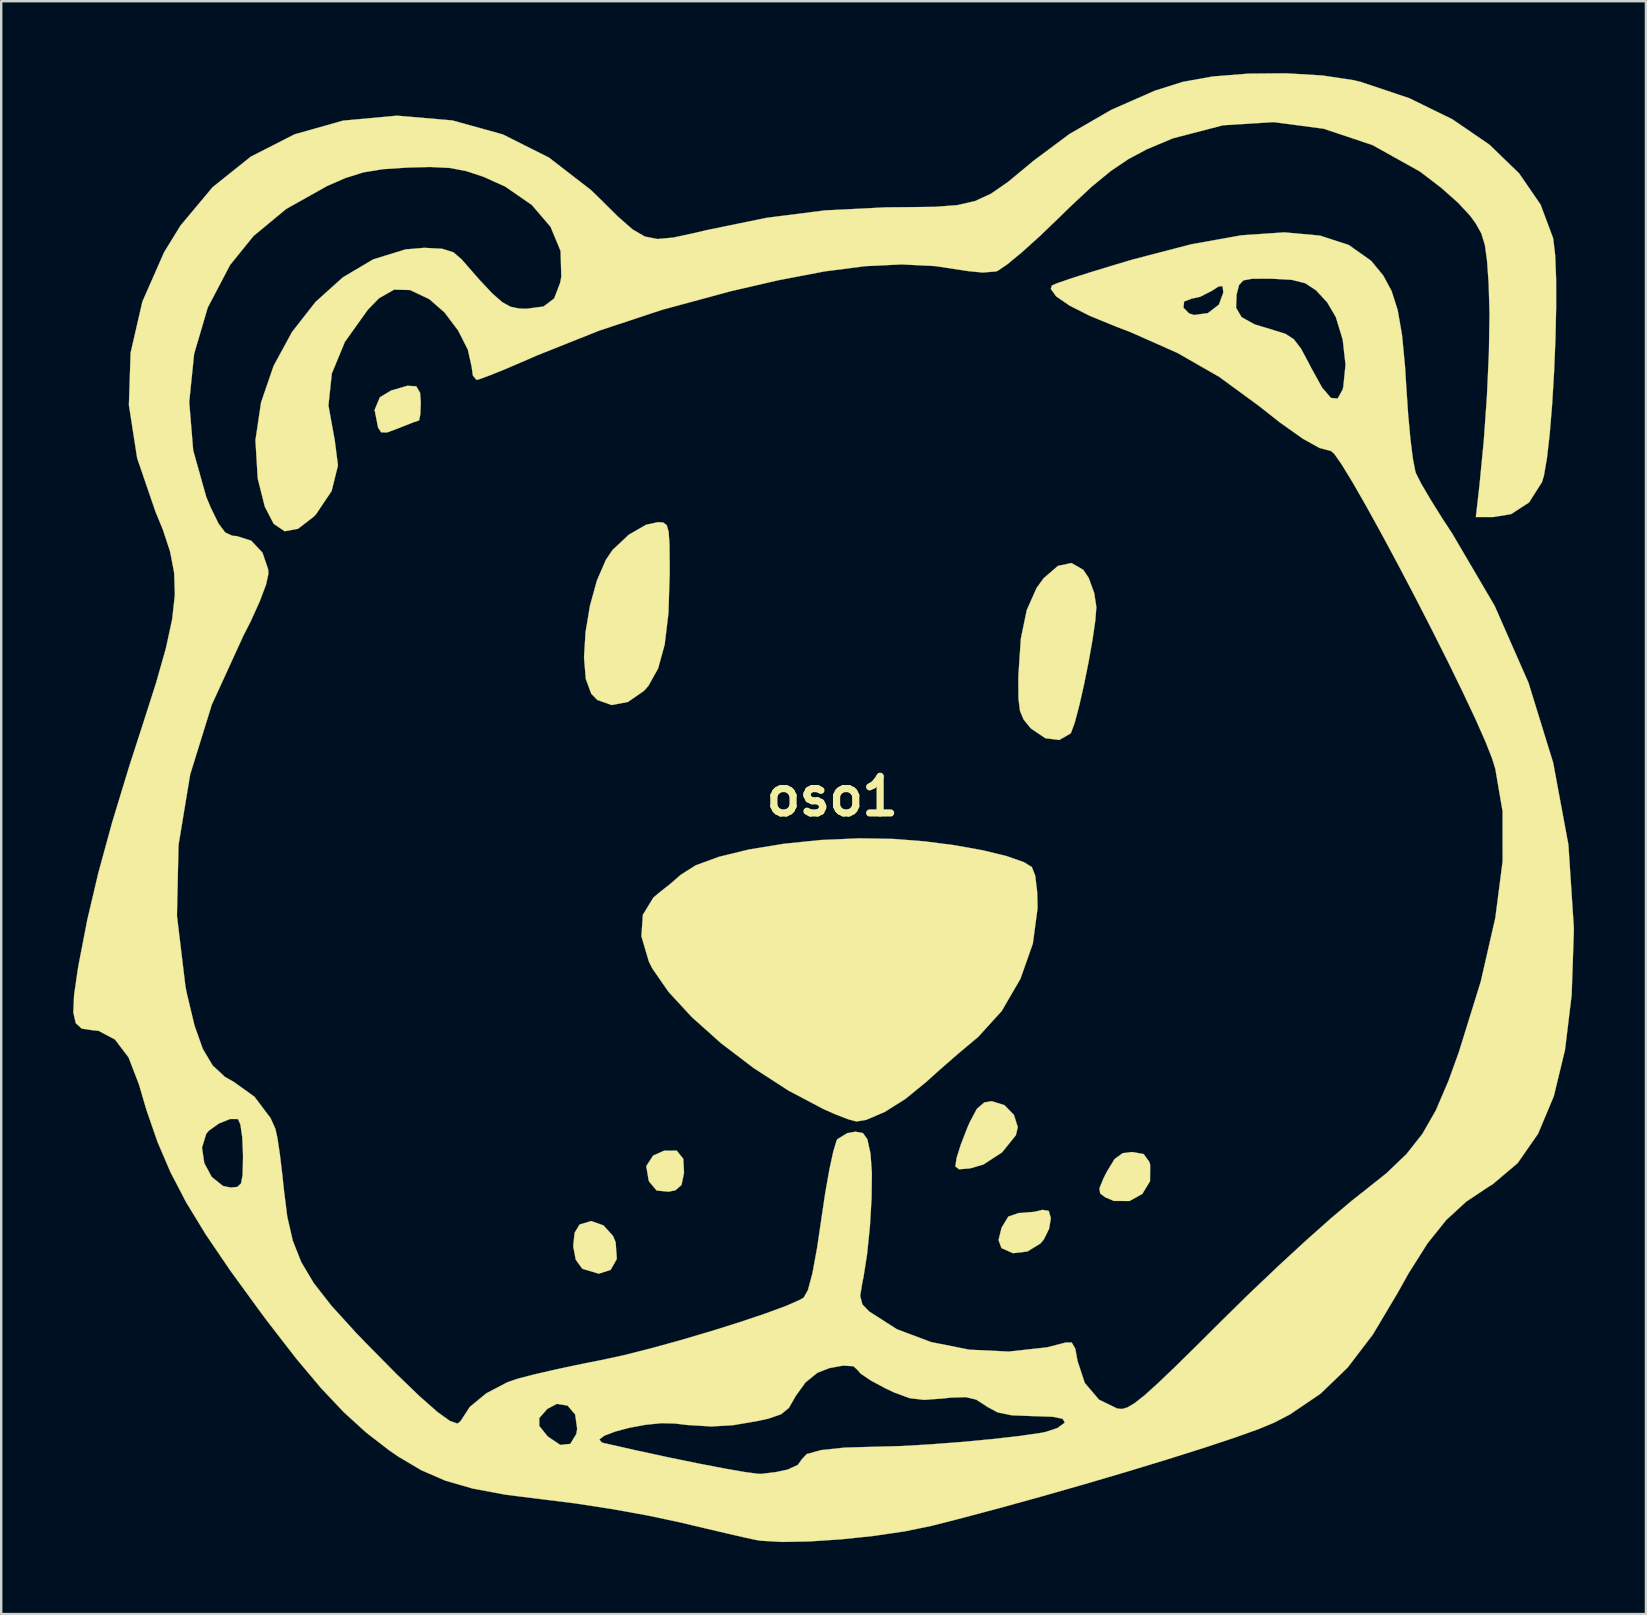
<source format=kicad_pcb>
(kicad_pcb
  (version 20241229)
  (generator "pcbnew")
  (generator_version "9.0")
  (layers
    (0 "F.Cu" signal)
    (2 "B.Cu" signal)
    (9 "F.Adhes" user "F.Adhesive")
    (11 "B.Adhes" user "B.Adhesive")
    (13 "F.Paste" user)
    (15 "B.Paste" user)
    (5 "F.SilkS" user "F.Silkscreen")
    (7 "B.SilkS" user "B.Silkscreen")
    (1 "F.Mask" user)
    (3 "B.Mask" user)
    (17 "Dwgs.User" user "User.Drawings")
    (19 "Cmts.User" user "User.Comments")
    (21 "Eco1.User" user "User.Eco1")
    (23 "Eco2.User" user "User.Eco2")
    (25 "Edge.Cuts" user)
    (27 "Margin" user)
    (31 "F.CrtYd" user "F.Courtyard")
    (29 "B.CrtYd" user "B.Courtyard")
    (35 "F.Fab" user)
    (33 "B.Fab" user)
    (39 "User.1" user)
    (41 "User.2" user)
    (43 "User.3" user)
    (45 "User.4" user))
  (footprint "oso1"
    (layer "F.Cu")
    (at 31.629 30.137)
    (property "Reference" "oso1" (at 0 0 0) (layer "F.SilkS") (effects (font (size 1.524 1.524) (thickness 0.3))))
    (attr through_hole)
    (fp_poly (pts (xy -6.478 14.761) (xy -6.206 15.103) (xy -6.176 15.686) (xy -6.28 16.191) (xy -6.538 16.414) (xy -6.824 16.471) (xy -7.316 16.422) (xy -7.622 16.059) (xy -7.649 16.001) (xy -7.75 15.407) (xy -7.463 14.967) (xy -7.001 14.76) (xy -6.478 14.761)) (stroke (width 0.01) (type solid)) (fill yes) (layer "F.SilkS"))
    (fp_poly (pts (xy -9.534 17.875) (xy -9.133 18.316) (xy -9.025 18.578) (xy -8.975 19.273) (xy -9.234 19.729) (xy -9.728 19.888) (xy -10.382 19.692) (xy -10.425 19.668) (xy -10.687 19.306) (xy -10.794 18.745) (xy -10.735 18.183) (xy -10.53 17.84) (xy -10.045 17.694) (xy -9.534 17.875)) (stroke (width 0.01) (type solid)) (fill yes) (layer "F.SilkS"))
    (fp_poly (pts (xy 9.021 17.27) (xy 9.109 17.572) (xy 9.039 18.011) (xy 8.817 18.461) (xy 8.678 18.627) (xy 8.132 18.963) (xy 7.532 19.034) (xy 7.052 18.821) (xy 6.93 18.487) (xy 7.056 17.974) (xy 7.336 17.51) (xy 7.771 17.359) (xy 7.861 17.357) (xy 8.422 17.31) (xy 8.767 17.228) (xy 9.021 17.27)) (stroke (width 0.01) (type solid)) (fill yes) (layer "F.SilkS"))
    (fp_poly (pts (xy 12.978 14.903) (xy 13.215 15.231) (xy 13.248 15.347) (xy 13.243 16.033) (xy 12.923 16.561) (xy 12.388 16.859) (xy 11.738 16.856) (xy 11.378 16.705) (xy 11.164 16.543) (xy 11.136 16.324) (xy 11.302 15.919) (xy 11.435 15.653) (xy 11.767 15.109) (xy 12.105 14.865) (xy 12.489 14.817) (xy 12.978 14.903)) (stroke (width 0.01) (type solid)) (fill yes) (layer "F.SilkS"))
    (fp_poly (pts (xy -17.333 -17.09) (xy -17.173 -16.816) (xy -17.145 -16.404) (xy -17.165 -15.914) (xy -17.215 -15.67) (xy -17.225 -15.663) (xy -17.453 -15.59) (xy -17.917 -15.407) (xy -18.051 -15.352) (xy -18.548 -15.167) (xy -18.795 -15.172) (xy -18.923 -15.367) (xy -18.924 -15.369) (xy -19.069 -16.108) (xy -18.85 -16.632) (xy -18.383 -16.913) (xy -17.709 -17.111) (xy -17.333 -17.09)) (stroke (width 0.01) (type solid)) (fill yes) (layer "F.SilkS"))
    (fp_poly (pts (xy 7.18 12.867) (xy 7.573 13.273) (xy 7.732 13.78) (xy 7.654 14.115) (xy 7.078 14.831) (xy 6.301 15.337) (xy 5.754 15.498) (xy 5.285 15.537) (xy 5.13 15.418) (xy 5.184 15.059) (xy 5.187 15.047) (xy 5.358 14.509) (xy 5.623 13.824) (xy 5.719 13.6) (xy 6.026 13.019) (xy 6.336 12.752) (xy 6.651 12.7) (xy 7.18 12.867)) (stroke (width 0.01) (type solid)) (fill yes) (layer "F.SilkS"))
    (fp_poly (pts (xy -7.036 -11.411) (xy -6.896 -11.303) (xy -6.817 -11.029) (xy -6.782 -10.51) (xy -6.774 -9.67) (xy -6.773 -9.324) (xy -6.824 -7.642) (xy -6.982 -6.326) (xy -7.257 -5.33) (xy -7.661 -4.607) (xy -7.842 -4.402) (xy -8.511 -3.938) (xy -9.192 -3.808) (xy -9.787 -4.018) (xy -10.042 -4.28) (xy -10.269 -4.898) (xy -10.343 -5.79) (xy -10.279 -6.844) (xy -10.095 -7.949) (xy -9.808 -8.99) (xy -9.433 -9.857) (xy -9.152 -10.272) (xy -8.474 -10.908) (xy -7.761 -11.318) (xy -7.255 -11.43) (xy -7.036 -11.411)) (stroke (width 0.01) (type solid)) (fill yes) (layer "F.SilkS"))
    (fp_poly (pts (xy 10.459 -9.444) (xy 10.684 -9.112) (xy 10.917 -8.476) (xy 11.007 -7.895) (xy 10.964 -7.34) (xy 10.849 -6.545) (xy 10.685 -5.617) (xy 10.492 -4.66) (xy 10.292 -3.779) (xy 10.107 -3.08) (xy 9.957 -2.668) (xy 9.928 -2.621) (xy 9.464 -2.353) (xy 8.883 -2.425) (xy 8.295 -2.819) (xy 8.239 -2.877) (xy 7.975 -3.205) (xy 7.824 -3.566) (xy 7.76 -4.083) (xy 7.755 -4.878) (xy 7.759 -5.055) (xy 7.86 -6.579) (xy 8.107 -7.768) (xy 8.516 -8.687) (xy 8.809 -9.092) (xy 9.407 -9.607) (xy 9.971 -9.725) (xy 10.459 -9.444)) (stroke (width 0.01) (type solid)) (fill yes) (layer "F.SilkS"))
    (fp_poly (pts (xy 2.54 1.771) (xy 3.826 1.87) (xy 5.098 2.034) (xy 6.272 2.245) (xy 7.264 2.486) (xy 7.986 2.739) (xy 8.318 2.943) (xy 8.459 3.303) (xy 8.541 3.984) (xy 8.557 4.659) (xy 8.36 6.132) (xy 7.841 7.603) (xy 7.062 8.942) (xy 6.083 10.02) (xy 5.98 10.106) (xy 5.274 10.697) (xy 4.467 11.4) (xy 3.912 11.901) (xy 3.05 12.604) (xy 2.184 13.149) (xy 1.42 13.476) (xy 1.012 13.545) (xy 0.682 13.459) (xy 0.114 13.24) (xy -0.373 13.024) (xy -1.832 12.252) (xy -3.277 11.317) (xy -4.638 10.28) (xy -5.844 9.202) (xy -6.822 8.143) (xy -7.501 7.163) (xy -7.641 6.881) (xy -7.952 5.826) (xy -7.89 4.931) (xy -7.456 4.22) (xy -7.242 4.035) (xy -6.725 3.627) (xy -6.314 3.267) (xy -5.689 2.871) (xy -4.717 2.515) (xy -3.472 2.212) (xy -2.029 1.975) (xy -0.463 1.815) (xy 1.15 1.746) (xy 2.54 1.771)) (stroke (width 0.01) (type solid)) (fill yes) (layer "F.SilkS"))
    (fp_poly (pts (xy 20.43 -30.041) (xy 21.729 -29.845) (xy 22.013 -29.776) (xy 24.04 -29.098) (xy 25.843 -28.216) (xy 27.383 -27.161) (xy 28.62 -25.966) (xy 29.516 -24.663) (xy 30.032 -23.282) (xy 30.049 -23.204) (xy 30.126 -22.544) (xy 30.164 -21.578) (xy 30.166 -20.39) (xy 30.137 -19.066) (xy 30.08 -17.689) (xy 29.999 -16.346) (xy 29.899 -15.121) (xy 29.783 -14.099) (xy 29.656 -13.365) (xy 29.576 -13.098) (xy 29.036 -12.249) (xy 28.286 -11.763) (xy 27.545 -11.642) (xy 26.821 -11.642) (xy 26.971 -12.965) (xy 27.149 -14.799) (xy 27.282 -16.678) (xy 27.364 -18.484) (xy 27.389 -20.1) (xy 27.355 -21.352) (xy 27.287 -22.317) (xy 27.196 -22.98) (xy 27.048 -23.461) (xy 26.812 -23.883) (xy 26.584 -24.195) (xy 26.084 -24.735) (xy 25.366 -25.371) (xy 24.573 -25.978) (xy 24.456 -26.059) (xy 22.515 -27.142) (xy 20.48 -27.823) (xy 18.39 -28.099) (xy 16.283 -27.967) (xy 14.197 -27.424) (xy 13.107 -26.966) (xy 12.34 -26.556) (xy 11.605 -26.06) (xy 10.811 -25.408) (xy 9.869 -24.528) (xy 9.45 -24.117) (xy 8.643 -23.341) (xy 7.903 -22.675) (xy 7.299 -22.176) (xy 6.9 -21.905) (xy 6.828 -21.876) (xy 6.271 -21.831) (xy 5.659 -21.891) (xy 4.298 -22.098) (xy 2.895 -22.169) (xy 1.379 -22.097) (xy -0.322 -21.877) (xy -2.278 -21.503) (xy -4.233 -21.051) (xy -7.085 -20.279) (xy -9.71 -19.41) (xy -12.302 -18.377) (xy -12.73 -18.19) (xy -13.56 -17.833) (xy -14.25 -17.553) (xy -14.706 -17.386) (xy -14.826 -17.357) (xy -14.975 -17.539) (xy -15.028 -17.92) (xy -15.184 -18.619) (xy -15.59 -19.416) (xy -16.151 -20.163) (xy -16.773 -20.709) (xy -16.798 -20.725) (xy -17.592 -21.102) (xy -18.256 -21.119) (xy -18.885 -20.76) (xy -19.35 -20.283) (xy -20.307 -18.943) (xy -20.852 -17.623) (xy -20.994 -16.29) (xy -20.743 -14.91) (xy -20.736 -14.888) (xy -20.596 -13.792) (xy -20.86 -12.727) (xy -21.511 -11.757) (xy -21.611 -11.653) (xy -22.263 -11.151) (xy -22.816 -11.051) (xy -23.274 -11.358) (xy -23.644 -12.074) (xy -23.928 -13.202) (xy -23.941 -13.273) (xy -24.035 -14.843) (xy -23.801 -16.417) (xy -23.278 -17.94) (xy -22.509 -19.354) (xy -21.533 -20.603) (xy -20.392 -21.63) (xy -19.126 -22.38) (xy -17.778 -22.795) (xy -16.998 -22.86) (xy -16.257 -22.821) (xy -15.786 -22.674) (xy -15.448 -22.384) (xy -14.702 -21.531) (xy -14.158 -20.952) (xy -13.747 -20.594) (xy -13.402 -20.404) (xy -13.052 -20.331) (xy -12.747 -20.32) (xy -12.029 -20.415) (xy -11.587 -20.749) (xy -11.337 -21.401) (xy -11.29 -21.654) (xy -11.319 -22.728) (xy -11.739 -23.739) (xy -12.518 -24.647) (xy -13.625 -25.411) (xy -14.524 -25.818) (xy -15.252 -26.058) (xy -15.938 -26.189) (xy -16.745 -26.229) (xy -17.674 -26.206) (xy -18.726 -26.137) (xy -19.534 -26.005) (xy -20.279 -25.772) (xy -21.049 -25.437) (xy -22.759 -24.477) (xy -24.117 -23.351) (xy -25.092 -22.145) (xy -26.021 -20.373) (xy -26.59 -18.444) (xy -26.795 -16.435) (xy -26.629 -14.421) (xy -26.085 -12.481) (xy -25.9 -12.039) (xy -25.57 -11.364) (xy -25.296 -11.001) (xy -24.999 -10.861) (xy -24.814 -10.848) (xy -24.21 -10.656) (xy -23.742 -10.158) (xy -23.506 -9.469) (xy -23.495 -9.276) (xy -23.593 -8.828) (xy -23.857 -8.125) (xy -24.242 -7.277) (xy -24.533 -6.707) (xy -25.852 -3.827) (xy -26.755 -0.914) (xy -27.24 2.024) (xy -27.306 4.973) (xy -26.951 7.922) (xy -26.894 8.21) (xy -26.576 9.541) (xy -26.23 10.518) (xy -25.82 11.21) (xy -25.307 11.686) (xy -24.933 11.899) (xy -24.073 12.517) (xy -23.405 13.404) (xy -23.203 13.852) (xy -23.119 14.234) (xy -23.016 14.922) (xy -22.911 15.801) (xy -22.856 16.335) (xy -22.708 17.517) (xy -22.48 18.511) (xy -22.127 19.404) (xy -21.605 20.281) (xy -20.866 21.226) (xy -19.867 22.326) (xy -19.399 22.812) (xy -18.167 24.059) (xy -17.191 25) (xy -16.453 25.649) (xy -15.934 26.022) (xy -15.615 26.134) (xy -15.486 26.031) (xy -15.404 25.905) (xy -12.209 25.905) (xy -12.207 26.234) (xy -11.866 26.658) (xy -11.84 26.683) (xy -11.329 27.024) (xy -10.916 26.98) (xy -10.803 26.796) (xy -9.705 26.796) (xy -9.6 26.922) (xy -9.525 26.944) (xy -8.163 27.252) (xy -6.819 27.542) (xy -5.566 27.799) (xy -4.477 28.008) (xy -3.624 28.156) (xy -3.081 28.227) (xy -2.963 28.231) (xy -2.338 28.154) (xy -1.852 28.05) (xy -1.431 27.854) (xy -1.27 27.627) (xy -1.064 27.404) (xy -0.459 27.238) (xy 0.523 27.135) (xy 1.86 27.096) (xy 1.921 27.096) (xy 2.88 27.07) (xy 4.072 27.001) (xy 5.373 26.902) (xy 6.66 26.781) (xy 7.807 26.651) (xy 8.69 26.522) (xy 8.874 26.487) (xy 9.384 26.321) (xy 9.674 26.108) (xy 9.686 26.082) (xy 9.599 25.933) (xy 9.185 25.85) (xy 8.397 25.823) (xy 8.359 25.823) (xy 7.483 25.789) (xy 6.89 25.667) (xy 6.443 25.426) (xy 6.388 25.385) (xy 5.999 25.135) (xy 5.57 25.033) (xy 4.946 25.052) (xy 4.602 25.089) (xy 3.825 25.146) (xy 3.22 25.073) (xy 2.569 24.832) (xy 2.216 24.665) (xy 1.605 24.337) (xy 1.186 24.054) (xy 1.058 23.903) (xy 0.882 23.743) (xy 0.445 23.719) (xy -0.117 23.821) (xy -0.617 24.015) (xy -1.114 24.419) (xy -1.529 24.992) (xy -1.559 25.052) (xy -1.808 25.482) (xy -2.131 25.746) (xy -2.661 25.928) (xy -3.122 26.029) (xy -4.139 26.202) (xy -5.037 26.254) (xy -6.031 26.193) (xy -6.562 26.131) (xy -7.121 26.117) (xy -7.776 26.184) (xy -8.445 26.307) (xy -9.044 26.466) (xy -9.492 26.636) (xy -9.705 26.796) (xy -10.803 26.796) (xy -10.665 26.57) (xy -10.628 26.351) (xy -10.712 25.754) (xy -11.029 25.385) (xy -11.476 25.312) (xy -11.874 25.524) (xy -12.209 25.905) (xy -15.404 25.905) (xy -15.104 25.441) (xy -14.418 24.874) (xy -13.543 24.415) (xy -13.11 24.265) (xy -12.408 24.083) (xy -11.438 23.861) (xy -10.348 23.631) (xy -9.631 23.49) (xy -8.689 23.286) (xy -7.56 23.001) (xy -6.323 22.659) (xy -5.059 22.286) (xy -3.848 21.906) (xy -2.77 21.543) (xy -1.904 21.223) (xy -1.332 20.97) (xy -1.188 20.882) (xy -1.012 20.57) (xy -0.828 19.886) (xy -0.63 18.81) (xy -0.454 17.615) (xy -0.289 16.51) (xy -0.117 15.54) (xy 0.045 14.792) (xy 0.179 14.349) (xy 0.217 14.281) (xy 0.625 14.031) (xy 0.965 13.97) (xy 1.281 14.031) (xy 1.464 14.287) (xy 1.587 14.847) (xy 1.599 14.927) (xy 1.652 15.7) (xy 1.639 16.744) (xy 1.571 17.911) (xy 1.455 19.055) (xy 1.303 20.029) (xy 1.257 20.244) (xy 1.164 20.812) (xy 1.256 21.167) (xy 1.539 21.462) (xy 2.694 22.202) (xy 4.12 22.738) (xy 5.711 23.054) (xy 7.356 23.133) (xy 8.949 22.957) (xy 9.729 22.757) (xy 9.979 22.755) (xy 10.128 23.013) (xy 10.221 23.522) (xy 10.524 24.441) (xy 11.115 25.136) (xy 11.877 25.508) (xy 12.073 25.526) (xy 12.301 25.461) (xy 12.601 25.283) (xy 13.011 24.959) (xy 13.571 24.455) (xy 14.32 23.738) (xy 15.296 22.777) (xy 16.216 21.86) (xy 17.385 20.712) (xy 18.586 19.571) (xy 19.746 18.502) (xy 20.794 17.57) (xy 21.658 16.841) (xy 22.017 16.559) (xy 23.095 15.702) (xy 23.931 14.901) (xy 24.594 14.06) (xy 25.154 13.079) (xy 25.677 11.859) (xy 26.109 10.664) (xy 27.023 7.72) (xy 27.631 5.064) (xy 27.936 2.7) (xy 27.935 0.627) (xy 27.63 -1.154) (xy 27.495 -1.587) (xy 27.22 -2.286) (xy 26.803 -3.226) (xy 26.272 -4.354) (xy 25.655 -5.617) (xy 24.979 -6.963) (xy 24.272 -8.339) (xy 23.561 -9.693) (xy 22.874 -10.971) (xy 22.239 -12.121) (xy 21.683 -13.09) (xy 21.234 -13.826) (xy 20.92 -14.276) (xy 20.784 -14.394) (xy 20.304 -14.52) (xy 19.607 -14.909) (xy 18.666 -15.575) (xy 17.747 -16.298) (xy 16.123 -17.485) (xy 14.39 -18.478) (xy 12.41 -19.356) (xy 11.853 -19.568) (xy 10.746 -20.02) (xy 10.058 -20.368) (xy 14.633 -20.368) (xy 14.868 -20.128) (xy 15.081 -20.06) (xy 15.655 -20.14) (xy 15.946 -20.364) (xy 16.828 -20.364) (xy 17.057 -19.972) (xy 17.597 -19.671) (xy 18.378 -19.434) (xy 18.88 -19.279) (xy 19.232 -19.053) (xy 19.536 -18.657) (xy 19.893 -17.988) (xy 19.959 -17.857) (xy 20.417 -17.029) (xy 20.782 -16.605) (xy 21.061 -16.581) (xy 21.266 -16.949) (xy 21.296 -17.058) (xy 21.389 -17.994) (xy 21.274 -19.025) (xy 20.985 -19.975) (xy 20.625 -20.589) (xy 20.159 -21.091) (xy 19.713 -21.385) (xy 19.146 -21.527) (xy 18.316 -21.573) (xy 18.177 -21.575) (xy 17.499 -21.572) (xy 17.13 -21.503) (xy 16.953 -21.31) (xy 16.855 -20.933) (xy 16.849 -20.903) (xy 16.828 -20.364) (xy 15.946 -20.364) (xy 16.111 -20.491) (xy 16.298 -20.997) (xy 16.298 -21) (xy 16.265 -21.267) (xy 16.09 -21.245) (xy 15.828 -21.073) (xy 15.334 -20.821) (xy 14.981 -20.743) (xy 14.664 -20.624) (xy 14.633 -20.368) (xy 10.058 -20.368) (xy 9.891 -20.453) (xy 9.33 -20.839) (xy 9.108 -21.15) (xy 9.155 -21.291) (xy 9.395 -21.393) (xy 9.97 -21.59) (xy 10.807 -21.856) (xy 11.835 -22.169) (xy 12.53 -22.375) (xy 14.957 -23.007) (xy 17.057 -23.383) (xy 18.844 -23.504) (xy 20.328 -23.369) (xy 21.522 -22.979) (xy 22.438 -22.333) (xy 22.495 -22.274) (xy 22.959 -21.709) (xy 23.307 -21.066) (xy 23.562 -20.268) (xy 23.742 -19.24) (xy 23.869 -17.907) (xy 23.923 -17.039) (xy 23.999 -15.908) (xy 24.094 -14.882) (xy 24.198 -14.059) (xy 24.3 -13.537) (xy 24.324 -13.465) (xy 24.541 -13.035) (xy 24.936 -12.362) (xy 25.445 -11.549) (xy 25.831 -10.961) (xy 27.604 -7.94) (xy 29.012 -4.739) (xy 30.041 -1.406) (xy 30.676 2.011) (xy 30.903 5.467) (xy 30.903 5.615) (xy 30.812 8.275) (xy 30.535 10.562) (xy 30.07 12.486) (xy 29.414 14.054) (xy 28.563 15.278) (xy 27.515 16.165) (xy 27.354 16.262) (xy 26.412 16.89) (xy 25.586 17.65) (xy 24.809 18.619) (xy 24.014 19.876) (xy 23.563 20.684) (xy 22.53 22.419) (xy 21.478 23.799) (xy 20.347 24.889) (xy 19.073 25.752) (xy 18.41 26.097) (xy 17.762 26.365) (xy 16.765 26.721) (xy 15.481 27.147) (xy 13.972 27.623) (xy 12.299 28.133) (xy 10.523 28.656) (xy 8.706 29.175) (xy 6.91 29.671) (xy 5.194 30.126) (xy 4.128 30.397) (xy 3.02 30.625) (xy 1.731 30.814) (xy 0.373 30.957) (xy -0.941 31.044) (xy -2.098 31.066) (xy -2.985 31.014) (xy -3.175 30.984) (xy -3.579 30.896) (xy -4.296 30.732) (xy -5.226 30.515) (xy -6.271 30.267) (xy -6.343 30.25) (xy -7.649 29.971) (xy -9.174 29.695) (xy -10.715 29.458) (xy -11.897 29.311) (xy -13.601 29.099) (xy -14.977 28.842) (xy -16.12 28.512) (xy -17.123 28.077) (xy -18.082 27.509) (xy -18.475 27.238) (xy -19.426 26.503) (xy -20.347 25.665) (xy -21.295 24.662) (xy -22.33 23.431) (xy -23.506 21.912) (xy -23.826 21.484) (xy -25.087 19.751) (xy -26.104 18.254) (xy -26.921 16.914) (xy -27.577 15.654) (xy -28.013 14.636) (xy -26.263 14.636) (xy -26.166 15.282) (xy -25.855 15.858) (xy -25.391 16.23) (xy -25.07 16.298) (xy -24.791 16.272) (xy -24.637 16.131) (xy -24.569 15.777) (xy -24.554 15.115) (xy -24.553 14.935) (xy -24.583 14.213) (xy -24.661 13.672) (xy -24.761 13.444) (xy -25.093 13.442) (xy -25.559 13.631) (xy -25.973 13.924) (xy -26.085 14.055) (xy -26.263 14.636) (xy -28.013 14.636) (xy -28.116 14.395) (xy -28.578 13.06) (xy -28.892 11.99) (xy -29.322 10.877) (xy -29.887 10.13) (xy -30.57 9.769) (xy -30.869 9.737) (xy -31.274 9.675) (xy -31.522 9.449) (xy -31.624 9.001) (xy -31.591 8.271) (xy -31.436 7.2) (xy -31.405 7.017) (xy -31.043 5.149) (xy -30.584 3.197) (xy -30.004 1.077) (xy -29.282 -1.293) (xy -28.741 -2.963) (xy -28.175 -4.732) (xy -27.764 -6.181) (xy -27.505 -7.38) (xy -27.392 -8.402) (xy -27.422 -9.318) (xy -27.59 -10.199) (xy -27.892 -11.117) (xy -28.2 -11.865) (xy -28.964 -14.097) (xy -29.308 -16.311) (xy -29.236 -18.489) (xy -28.747 -20.615) (xy -27.843 -22.672) (xy -27.161 -23.781) (xy -25.822 -25.385) (xy -24.229 -26.659) (xy -22.408 -27.588) (xy -20.383 -28.16) (xy -18.181 -28.363) (xy -18.098 -28.363) (xy -15.829 -28.169) (xy -13.728 -27.586) (xy -11.801 -26.619) (xy -10.055 -25.269) (xy -9.726 -24.951) (xy -8.927 -24.16) (xy -8.325 -23.631) (xy -7.812 -23.331) (xy -7.281 -23.227) (xy -6.624 -23.287) (xy -5.734 -23.479) (xy -5.254 -23.593) (xy -2.737 -24.11) (xy -0.311 -24.419) (xy 2.237 -24.547) (xy 3.032 -24.553) (xy 4.273 -24.568) (xy 5.207 -24.638) (xy 5.95 -24.807) (xy 6.617 -25.116) (xy 7.324 -25.605) (xy 8.187 -26.318) (xy 8.361 -26.467) (xy 9.891 -27.606) (xy 11.637 -28.614) (xy 13.437 -29.405) (xy 14.605 -29.775) (xy 15.848 -29.999) (xy 17.336 -30.118) (xy 18.915 -30.132) (xy 20.43 -30.041)) (stroke (width 0.01) (type solid)) (fill yes) (layer "F.SilkS")))
  (gr_rect
    (start -3 -3)
    (end 65.537 64.208)
    (stroke (width 0.1) (type default))
    (fill no)
    (layer "Edge.Cuts")))
</source>
